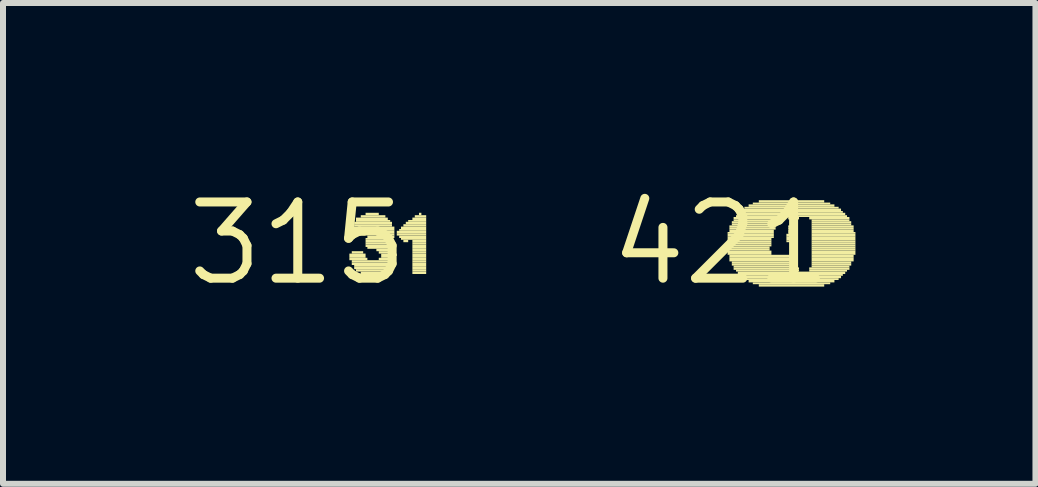
<source format=kicad_pcb>
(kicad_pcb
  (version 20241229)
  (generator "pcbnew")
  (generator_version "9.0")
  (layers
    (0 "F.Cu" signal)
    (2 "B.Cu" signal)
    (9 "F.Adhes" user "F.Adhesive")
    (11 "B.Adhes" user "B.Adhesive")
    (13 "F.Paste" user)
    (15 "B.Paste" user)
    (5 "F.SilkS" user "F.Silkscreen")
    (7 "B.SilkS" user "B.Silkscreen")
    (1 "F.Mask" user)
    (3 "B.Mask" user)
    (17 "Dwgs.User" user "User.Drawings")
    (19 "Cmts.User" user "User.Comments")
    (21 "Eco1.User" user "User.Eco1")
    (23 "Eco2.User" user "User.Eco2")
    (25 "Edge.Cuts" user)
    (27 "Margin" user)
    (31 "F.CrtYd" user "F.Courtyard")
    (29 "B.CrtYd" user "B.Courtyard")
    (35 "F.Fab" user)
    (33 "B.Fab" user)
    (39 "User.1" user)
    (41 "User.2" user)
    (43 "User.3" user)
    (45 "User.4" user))
  (footprint "421"
    (layer "F.Cu")
    (at 8.965 1.006)
    (property "Reference" "421" (at 0 0 0) (layer "F.SilkS") (effects (font (size 1.27 1.27) (thickness 0.15))))
    (fp_poly (pts (xy 0.11 -0.16) (xy 0.88 -0.16) (xy 0.88 -0.19) (xy 0.11 -0.19)) (stroke (width 0) (type solid)) (fill yes) (layer "F.SilkS"))
    (fp_poly (pts (xy 0.11 -0.12) (xy 0.88 -0.12) (xy 0.88 -0.16) (xy 0.11 -0.16)) (stroke (width 0) (type solid)) (fill yes) (layer "F.SilkS"))
    (fp_poly (pts (xy 0.11 -0.09) (xy 0.88 -0.09) (xy 0.88 -0.12) (xy 0.11 -0.12)) (stroke (width 0) (type solid)) (fill yes) (layer "F.SilkS"))
    (fp_poly (pts (xy 0.11 -0.05) (xy 0.84 -0.05) (xy 0.84 -0.09) (xy 0.11 -0.09)) (stroke (width 0) (type solid)) (fill yes) (layer "F.SilkS"))
    (fp_poly (pts (xy 0.11 -0.02) (xy 0.84 -0.02) (xy 0.84 -0.05) (xy 0.11 -0.05)) (stroke (width 0) (type solid)) (fill yes) (layer "F.SilkS"))
    (fp_poly (pts (xy 0.11 0.02) (xy 0.84 0.02) (xy 0.84 -0.02) (xy 0.11 -0.02)) (stroke (width 0) (type solid)) (fill yes) (layer "F.SilkS"))
    (fp_poly (pts (xy 0.11 0.05) (xy 0.84 0.05) (xy 0.84 0.02) (xy 0.11 0.02)) (stroke (width 0) (type solid)) (fill yes) (layer "F.SilkS"))
    (fp_poly (pts (xy 0.11 0.09) (xy 0.81 0.09) (xy 0.81 0.05) (xy 0.11 0.05)) (stroke (width 0) (type solid)) (fill yes) (layer "F.SilkS"))
    (fp_poly (pts (xy 0.11 0.12) (xy 0.81 0.12) (xy 0.81 0.09) (xy 0.11 0.09)) (stroke (width 0) (type solid)) (fill yes) (layer "F.SilkS"))
    (fp_poly (pts (xy 0.11 0.16) (xy 0.84 0.16) (xy 0.84 0.12) (xy 0.11 0.12)) (stroke (width 0) (type solid)) (fill yes) (layer "F.SilkS"))
    (fp_poly (pts (xy 0.11 0.19) (xy 0.84 0.19) (xy 0.84 0.16) (xy 0.11 0.16)) (stroke (width 0) (type solid)) (fill yes) (layer "F.SilkS"))
    (fp_poly (pts (xy 0.14 -0.26) (xy 0.91 -0.26) (xy 0.91 -0.3) (xy 0.14 -0.3)) (stroke (width 0) (type solid)) (fill yes) (layer "F.SilkS"))
    (fp_poly (pts (xy 0.14 -0.23) (xy 0.91 -0.23) (xy 0.91 -0.26) (xy 0.14 -0.26)) (stroke (width 0) (type solid)) (fill yes) (layer "F.SilkS"))
    (fp_poly (pts (xy 0.14 -0.19) (xy 0.88 -0.19) (xy 0.88 -0.23) (xy 0.14 -0.23)) (stroke (width 0) (type solid)) (fill yes) (layer "F.SilkS"))
    (fp_poly (pts (xy 0.14 0.23) (xy 1.26 0.23) (xy 1.26 0.19) (xy 0.14 0.19)) (stroke (width 0) (type solid)) (fill yes) (layer "F.SilkS"))
    (fp_poly (pts (xy 0.14 0.26) (xy 1.26 0.26) (xy 1.26 0.23) (xy 0.14 0.23)) (stroke (width 0) (type solid)) (fill yes) (layer "F.SilkS"))
    (fp_poly (pts (xy 0.14 0.3) (xy 1.26 0.3) (xy 1.26 0.26) (xy 0.14 0.26)) (stroke (width 0) (type solid)) (fill yes) (layer "F.SilkS"))
    (fp_poly (pts (xy 0.18 -0.33) (xy 0.91 -0.33) (xy 0.91 -0.37) (xy 0.18 -0.37)) (stroke (width 0) (type solid)) (fill yes) (layer "F.SilkS"))
    (fp_poly (pts (xy 0.18 -0.3) (xy 0.91 -0.3) (xy 0.91 -0.33) (xy 0.18 -0.33)) (stroke (width 0) (type solid)) (fill yes) (layer "F.SilkS"))
    (fp_poly (pts (xy 0.18 0.33) (xy 1.26 0.33) (xy 1.26 0.3) (xy 0.18 0.3)) (stroke (width 0) (type solid)) (fill yes) (layer "F.SilkS"))
    (fp_poly (pts (xy 0.18 0.37) (xy 1.26 0.37) (xy 1.26 0.33) (xy 0.18 0.33)) (stroke (width 0) (type solid)) (fill yes) (layer "F.SilkS"))
    (fp_poly (pts (xy 0.21 -0.4) (xy 0.95 -0.4) (xy 0.95 -0.44) (xy 0.21 -0.44)) (stroke (width 0) (type solid)) (fill yes) (layer "F.SilkS"))
    (fp_poly (pts (xy 0.21 -0.37) (xy 0.95 -0.37) (xy 0.95 -0.4) (xy 0.21 -0.4)) (stroke (width 0) (type solid)) (fill yes) (layer "F.SilkS"))
    (fp_poly (pts (xy 0.21 0.4) (xy 1.26 0.4) (xy 1.26 0.37) (xy 0.21 0.37)) (stroke (width 0) (type solid)) (fill yes) (layer "F.SilkS"))
    (fp_poly (pts (xy 0.21 0.44) (xy 1.3 0.44) (xy 1.3 0.4) (xy 0.21 0.4)) (stroke (width 0) (type solid)) (fill yes) (layer "F.SilkS"))
    (fp_poly (pts (xy 0.25 -0.44) (xy 2.1 -0.44) (xy 2.1 -0.47) (xy 0.25 -0.47)) (stroke (width 0) (type solid)) (fill yes) (layer "F.SilkS"))
    (fp_poly (pts (xy 0.25 0.47) (xy 1.3 0.47) (xy 1.3 0.44) (xy 0.25 0.44)) (stroke (width 0) (type solid)) (fill yes) (layer "F.SilkS"))
    (fp_poly (pts (xy 0.28 -0.47) (xy 2.07 -0.47) (xy 2.07 -0.51) (xy 0.28 -0.51)) (stroke (width 0) (type solid)) (fill yes) (layer "F.SilkS"))
    (fp_poly (pts (xy 0.28 0.51) (xy 2.07 0.51) (xy 2.07 0.47) (xy 0.28 0.47)) (stroke (width 0) (type solid)) (fill yes) (layer "F.SilkS"))
    (fp_poly (pts (xy 0.32 -0.51) (xy 2.03 -0.51) (xy 2.03 -0.54) (xy 0.32 -0.54)) (stroke (width 0) (type solid)) (fill yes) (layer "F.SilkS"))
    (fp_poly (pts (xy 0.32 0.54) (xy 2.03 0.54) (xy 2.03 0.51) (xy 0.32 0.51)) (stroke (width 0) (type solid)) (fill yes) (layer "F.SilkS"))
    (fp_poly (pts (xy 0.35 -0.54) (xy 2 -0.54) (xy 2 -0.58) (xy 0.35 -0.58)) (stroke (width 0) (type solid)) (fill yes) (layer "F.SilkS"))
    (fp_poly (pts (xy 0.35 0.58) (xy 2 0.58) (xy 2 0.54) (xy 0.35 0.54)) (stroke (width 0) (type solid)) (fill yes) (layer "F.SilkS"))
    (fp_poly (pts (xy 0.39 -0.58) (xy 1.96 -0.58) (xy 1.96 -0.61) (xy 0.39 -0.61)) (stroke (width 0) (type solid)) (fill yes) (layer "F.SilkS"))
    (fp_poly (pts (xy 0.39 0.61) (xy 1.96 0.61) (xy 1.96 0.58) (xy 0.39 0.58)) (stroke (width 0) (type solid)) (fill yes) (layer "F.SilkS"))
    (fp_poly (pts (xy 0.46 -0.61) (xy 1.89 -0.61) (xy 1.89 -0.65) (xy 0.46 -0.65)) (stroke (width 0) (type solid)) (fill yes) (layer "F.SilkS"))
    (fp_poly (pts (xy 0.46 0.65) (xy 1.89 0.65) (xy 1.89 0.61) (xy 0.46 0.61)) (stroke (width 0) (type solid)) (fill yes) (layer "F.SilkS"))
    (fp_poly (pts (xy 0.53 -0.65) (xy 1.82 -0.65) (xy 1.82 -0.68) (xy 0.53 -0.68)) (stroke (width 0) (type solid)) (fill yes) (layer "F.SilkS"))
    (fp_poly (pts (xy 0.53 0.68) (xy 1.82 0.68) (xy 1.82 0.65) (xy 0.53 0.65)) (stroke (width 0) (type solid)) (fill yes) (layer "F.SilkS"))
    (fp_poly (pts (xy 0.63 -0.68) (xy 1.72 -0.68) (xy 1.72 -0.72) (xy 0.63 -0.72)) (stroke (width 0) (type solid)) (fill yes) (layer "F.SilkS"))
    (fp_poly (pts (xy 0.63 0.72) (xy 1.72 0.72) (xy 1.72 0.68) (xy 0.63 0.68)) (stroke (width 0) (type solid)) (fill yes) (layer "F.SilkS"))
    (fp_poly (pts (xy 1.09 -0.12) (xy 1.26 -0.12) (xy 1.26 -0.16) (xy 1.09 -0.16)) (stroke (width 0) (type solid)) (fill yes) (layer "F.SilkS"))
    (fp_poly (pts (xy 1.09 -0.09) (xy 1.26 -0.09) (xy 1.26 -0.12) (xy 1.09 -0.12)) (stroke (width 0) (type solid)) (fill yes) (layer "F.SilkS"))
    (fp_poly (pts (xy 1.09 -0.05) (xy 1.26 -0.05) (xy 1.26 -0.09) (xy 1.09 -0.09)) (stroke (width 0) (type solid)) (fill yes) (layer "F.SilkS"))
    (fp_poly (pts (xy 1.09 -0.02) (xy 1.26 -0.02) (xy 1.26 -0.05) (xy 1.09 -0.05)) (stroke (width 0) (type solid)) (fill yes) (layer "F.SilkS"))
    (fp_poly (pts (xy 1.12 -0.4) (xy 1.3 -0.4) (xy 1.3 -0.44) (xy 1.12 -0.44)) (stroke (width 0) (type solid)) (fill yes) (layer "F.SilkS"))
    (fp_poly (pts (xy 1.12 -0.26) (xy 1.26 -0.26) (xy 1.26 -0.3) (xy 1.12 -0.3)) (stroke (width 0) (type solid)) (fill yes) (layer "F.SilkS"))
    (fp_poly (pts (xy 1.12 -0.23) (xy 1.26 -0.23) (xy 1.26 -0.26) (xy 1.12 -0.26)) (stroke (width 0) (type solid)) (fill yes) (layer "F.SilkS"))
    (fp_poly (pts (xy 1.12 -0.19) (xy 1.26 -0.19) (xy 1.26 -0.23) (xy 1.12 -0.23)) (stroke (width 0) (type solid)) (fill yes) (layer "F.SilkS"))
    (fp_poly (pts (xy 1.12 -0.16) (xy 1.26 -0.16) (xy 1.26 -0.19) (xy 1.12 -0.19)) (stroke (width 0) (type solid)) (fill yes) (layer "F.SilkS"))
    (fp_poly (pts (xy 1.16 -0.37) (xy 1.26 -0.37) (xy 1.26 -0.4) (xy 1.16 -0.4)) (stroke (width 0) (type solid)) (fill yes) (layer "F.SilkS"))
    (fp_poly (pts (xy 1.16 -0.33) (xy 1.26 -0.33) (xy 1.26 -0.37) (xy 1.16 -0.37)) (stroke (width 0) (type solid)) (fill yes) (layer "F.SilkS"))
    (fp_poly (pts (xy 1.16 -0.3) (xy 1.26 -0.3) (xy 1.26 -0.33) (xy 1.16 -0.33)) (stroke (width 0) (type solid)) (fill yes) (layer "F.SilkS"))
    (fp_poly (pts (xy 1.47 -0.4) (xy 2.14 -0.4) (xy 2.14 -0.44) (xy 1.47 -0.44)) (stroke (width 0) (type solid)) (fill yes) (layer "F.SilkS"))
    (fp_poly (pts (xy 1.47 0.44) (xy 2.14 0.44) (xy 2.14 0.4) (xy 1.47 0.4)) (stroke (width 0) (type solid)) (fill yes) (layer "F.SilkS"))
    (fp_poly (pts (xy 1.47 0.47) (xy 2.1 0.47) (xy 2.1 0.44) (xy 1.47 0.44)) (stroke (width 0) (type solid)) (fill yes) (layer "F.SilkS"))
    (fp_poly (pts (xy 1.51 -0.37) (xy 2.14 -0.37) (xy 2.14 -0.4) (xy 1.51 -0.4)) (stroke (width 0) (type solid)) (fill yes) (layer "F.SilkS"))
    (fp_poly (pts (xy 1.51 -0.33) (xy 2.17 -0.33) (xy 2.17 -0.37) (xy 1.51 -0.37)) (stroke (width 0) (type solid)) (fill yes) (layer "F.SilkS"))
    (fp_poly (pts (xy 1.51 -0.3) (xy 2.17 -0.3) (xy 2.17 -0.33) (xy 1.51 -0.33)) (stroke (width 0) (type solid)) (fill yes) (layer "F.SilkS"))
    (fp_poly (pts (xy 1.51 -0.26) (xy 2.21 -0.26) (xy 2.21 -0.3) (xy 1.51 -0.3)) (stroke (width 0) (type solid)) (fill yes) (layer "F.SilkS"))
    (fp_poly (pts (xy 1.51 -0.23) (xy 2.21 -0.23) (xy 2.21 -0.26) (xy 1.51 -0.26)) (stroke (width 0) (type solid)) (fill yes) (layer "F.SilkS"))
    (fp_poly (pts (xy 1.51 -0.19) (xy 2.21 -0.19) (xy 2.21 -0.23) (xy 1.51 -0.23)) (stroke (width 0) (type solid)) (fill yes) (layer "F.SilkS"))
    (fp_poly (pts (xy 1.51 -0.16) (xy 2.24 -0.16) (xy 2.24 -0.19) (xy 1.51 -0.19)) (stroke (width 0) (type solid)) (fill yes) (layer "F.SilkS"))
    (fp_poly (pts (xy 1.51 -0.12) (xy 2.24 -0.12) (xy 2.24 -0.16) (xy 1.51 -0.16)) (stroke (width 0) (type solid)) (fill yes) (layer "F.SilkS"))
    (fp_poly (pts (xy 1.51 -0.09) (xy 2.24 -0.09) (xy 2.24 -0.12) (xy 1.51 -0.12)) (stroke (width 0) (type solid)) (fill yes) (layer "F.SilkS"))
    (fp_poly (pts (xy 1.51 -0.05) (xy 2.24 -0.05) (xy 2.24 -0.09) (xy 1.51 -0.09)) (stroke (width 0) (type solid)) (fill yes) (layer "F.SilkS"))
    (fp_poly (pts (xy 1.51 -0.02) (xy 2.24 -0.02) (xy 2.24 -0.05) (xy 1.51 -0.05)) (stroke (width 0) (type solid)) (fill yes) (layer "F.SilkS"))
    (fp_poly (pts (xy 1.51 0.02) (xy 2.24 0.02) (xy 2.24 -0.02) (xy 1.51 -0.02)) (stroke (width 0) (type solid)) (fill yes) (layer "F.SilkS"))
    (fp_poly (pts (xy 1.51 0.05) (xy 2.24 0.05) (xy 2.24 0.02) (xy 1.51 0.02)) (stroke (width 0) (type solid)) (fill yes) (layer "F.SilkS"))
    (fp_poly (pts (xy 1.51 0.09) (xy 2.24 0.09) (xy 2.24 0.05) (xy 1.51 0.05)) (stroke (width 0) (type solid)) (fill yes) (layer "F.SilkS"))
    (fp_poly (pts (xy 1.51 0.12) (xy 2.24 0.12) (xy 2.24 0.09) (xy 1.51 0.09)) (stroke (width 0) (type solid)) (fill yes) (layer "F.SilkS"))
    (fp_poly (pts (xy 1.51 0.16) (xy 2.24 0.16) (xy 2.24 0.12) (xy 1.51 0.12)) (stroke (width 0) (type solid)) (fill yes) (layer "F.SilkS"))
    (fp_poly (pts (xy 1.51 0.19) (xy 2.24 0.19) (xy 2.24 0.16) (xy 1.51 0.16)) (stroke (width 0) (type solid)) (fill yes) (layer "F.SilkS"))
    (fp_poly (pts (xy 1.51 0.23) (xy 2.21 0.23) (xy 2.21 0.19) (xy 1.51 0.19)) (stroke (width 0) (type solid)) (fill yes) (layer "F.SilkS"))
    (fp_poly (pts (xy 1.51 0.26) (xy 2.21 0.26) (xy 2.21 0.23) (xy 1.51 0.23)) (stroke (width 0) (type solid)) (fill yes) (layer "F.SilkS"))
    (fp_poly (pts (xy 1.51 0.3) (xy 2.21 0.3) (xy 2.21 0.26) (xy 1.51 0.26)) (stroke (width 0) (type solid)) (fill yes) (layer "F.SilkS"))
    (fp_poly (pts (xy 1.51 0.33) (xy 2.17 0.33) (xy 2.17 0.3) (xy 1.51 0.3)) (stroke (width 0) (type solid)) (fill yes) (layer "F.SilkS"))
    (fp_poly (pts (xy 1.51 0.37) (xy 2.17 0.37) (xy 2.17 0.33) (xy 1.51 0.33)) (stroke (width 0) (type solid)) (fill yes) (layer "F.SilkS"))
    (fp_poly (pts (xy 1.51 0.4) (xy 2.14 0.4) (xy 2.14 0.37) (xy 1.51 0.37)) (stroke (width 0) (type solid)) (fill yes) (layer "F.SilkS")))
  (footprint "315"
    (layer "F.Cu")
    (at 1.912 1.006)
    (property "Reference" "315" (at 0 0 0) (layer "F.SilkS") (effects (font (size 1.27 1.27) (thickness 0.15))))
    (fp_poly (pts (xy 0.86 0.21) (xy 1.13 0.21) (xy 1.13 0.17) (xy 0.86 0.17)) (stroke (width 0) (type solid)) (fill yes) (layer "F.SilkS"))
    (fp_poly (pts (xy 0.86 0.24) (xy 1.13 0.24) (xy 1.13 0.21) (xy 0.86 0.21)) (stroke (width 0) (type solid)) (fill yes) (layer "F.SilkS"))
    (fp_poly (pts (xy 0.86 0.28) (xy 1.16 0.28) (xy 1.16 0.24) (xy 0.86 0.24)) (stroke (width 0) (type solid)) (fill yes) (layer "F.SilkS"))
    (fp_poly (pts (xy 0.9 -0.24) (xy 1.61 -0.24) (xy 1.61 -0.28) (xy 0.9 -0.28)) (stroke (width 0) (type solid)) (fill yes) (layer "F.SilkS"))
    (fp_poly (pts (xy 0.9 -0.21) (xy 1.16 -0.21) (xy 1.16 -0.24) (xy 0.9 -0.24)) (stroke (width 0) (type solid)) (fill yes) (layer "F.SilkS"))
    (fp_poly (pts (xy 0.9 0.17) (xy 1.09 0.17) (xy 1.09 0.13) (xy 0.9 0.13)) (stroke (width 0) (type solid)) (fill yes) (layer "F.SilkS"))
    (fp_poly (pts (xy 0.9 0.32) (xy 1.61 0.32) (xy 1.61 0.28) (xy 0.9 0.28)) (stroke (width 0) (type solid)) (fill yes) (layer "F.SilkS"))
    (fp_poly (pts (xy 0.9 0.36) (xy 1.61 0.36) (xy 1.61 0.32) (xy 0.9 0.32)) (stroke (width 0) (type solid)) (fill yes) (layer "F.SilkS"))
    (fp_poly (pts (xy 0.94 -0.32) (xy 1.57 -0.32) (xy 1.57 -0.36) (xy 0.94 -0.36)) (stroke (width 0) (type solid)) (fill yes) (layer "F.SilkS"))
    (fp_poly (pts (xy 0.94 -0.28) (xy 1.57 -0.28) (xy 1.57 -0.32) (xy 0.94 -0.32)) (stroke (width 0) (type solid)) (fill yes) (layer "F.SilkS"))
    (fp_poly (pts (xy 0.94 -0.17) (xy 1.13 -0.17) (xy 1.13 -0.21) (xy 0.94 -0.21)) (stroke (width 0) (type solid)) (fill yes) (layer "F.SilkS"))
    (fp_poly (pts (xy 0.94 0.39) (xy 1.57 0.39) (xy 1.57 0.36) (xy 0.94 0.36)) (stroke (width 0) (type solid)) (fill yes) (layer "F.SilkS"))
    (fp_poly (pts (xy 0.94 0.43) (xy 1.54 0.43) (xy 1.54 0.39) (xy 0.94 0.39)) (stroke (width 0) (type solid)) (fill yes) (layer "F.SilkS"))
    (fp_poly (pts (xy 0.97 -0.39) (xy 1.5 -0.39) (xy 1.5 -0.43) (xy 0.97 -0.43)) (stroke (width 0) (type solid)) (fill yes) (layer "F.SilkS"))
    (fp_poly (pts (xy 0.97 -0.36) (xy 1.54 -0.36) (xy 1.54 -0.39) (xy 0.97 -0.39)) (stroke (width 0) (type solid)) (fill yes) (layer "F.SilkS"))
    (fp_poly (pts (xy 0.97 -0.13) (xy 1.13 -0.13) (xy 1.13 -0.17) (xy 0.97 -0.17)) (stroke (width 0) (type solid)) (fill yes) (layer "F.SilkS"))
    (fp_poly (pts (xy 0.97 0.47) (xy 1.5 0.47) (xy 1.5 0.43) (xy 0.97 0.43)) (stroke (width 0) (type solid)) (fill yes) (layer "F.SilkS"))
    (fp_poly (pts (xy 1.05 -0.43) (xy 1.46 -0.43) (xy 1.46 -0.47) (xy 1.05 -0.47)) (stroke (width 0) (type solid)) (fill yes) (layer "F.SilkS"))
    (fp_poly (pts (xy 1.05 0.51) (xy 1.43 0.51) (xy 1.43 0.47) (xy 1.05 0.47)) (stroke (width 0) (type solid)) (fill yes) (layer "F.SilkS"))
    (fp_poly (pts (xy 1.13 -0.47) (xy 1.35 -0.47) (xy 1.35 -0.51) (xy 1.13 -0.51)) (stroke (width 0) (type solid)) (fill yes) (layer "F.SilkS"))
    (fp_poly (pts (xy 1.13 -0.06) (xy 1.57 -0.06) (xy 1.57 -0.09) (xy 1.13 -0.09)) (stroke (width 0) (type solid)) (fill yes) (layer "F.SilkS"))
    (fp_poly (pts (xy 1.13 -0.02) (xy 1.54 -0.02) (xy 1.54 -0.06) (xy 1.13 -0.06)) (stroke (width 0) (type solid)) (fill yes) (layer "F.SilkS"))
    (fp_poly (pts (xy 1.13 0.02) (xy 1.54 0.02) (xy 1.54 -0.02) (xy 1.13 -0.02)) (stroke (width 0) (type solid)) (fill yes) (layer "F.SilkS"))
    (fp_poly (pts (xy 1.13 0.06) (xy 1.57 0.06) (xy 1.57 0.02) (xy 1.13 0.02)) (stroke (width 0) (type solid)) (fill yes) (layer "F.SilkS"))
    (fp_poly (pts (xy 1.16 -0.09) (xy 1.61 -0.09) (xy 1.61 -0.13) (xy 1.16 -0.13)) (stroke (width 0) (type solid)) (fill yes) (layer "F.SilkS"))
    (fp_poly (pts (xy 1.16 0.09) (xy 1.61 0.09) (xy 1.61 0.06) (xy 1.16 0.06)) (stroke (width 0) (type solid)) (fill yes) (layer "F.SilkS"))
    (fp_poly (pts (xy 1.16 0.54) (xy 1.31 0.54) (xy 1.31 0.51) (xy 1.16 0.51)) (stroke (width 0) (type solid)) (fill yes) (layer "F.SilkS"))
    (fp_poly (pts (xy 1.31 -0.13) (xy 1.61 -0.13) (xy 1.61 -0.17) (xy 1.31 -0.17)) (stroke (width 0) (type solid)) (fill yes) (layer "F.SilkS"))
    (fp_poly (pts (xy 1.31 0.13) (xy 1.61 0.13) (xy 1.61 0.09) (xy 1.31 0.09)) (stroke (width 0) (type solid)) (fill yes) (layer "F.SilkS"))
    (fp_poly (pts (xy 1.35 -0.21) (xy 1.61 -0.21) (xy 1.61 -0.24) (xy 1.35 -0.24)) (stroke (width 0) (type solid)) (fill yes) (layer "F.SilkS"))
    (fp_poly (pts (xy 1.35 -0.17) (xy 1.61 -0.17) (xy 1.61 -0.21) (xy 1.35 -0.21)) (stroke (width 0) (type solid)) (fill yes) (layer "F.SilkS"))
    (fp_poly (pts (xy 1.35 0.17) (xy 1.61 0.17) (xy 1.61 0.13) (xy 1.35 0.13)) (stroke (width 0) (type solid)) (fill yes) (layer "F.SilkS"))
    (fp_poly (pts (xy 1.35 0.28) (xy 1.61 0.28) (xy 1.61 0.24) (xy 1.35 0.24)) (stroke (width 0) (type solid)) (fill yes) (layer "F.SilkS"))
    (fp_poly (pts (xy 1.39 0.21) (xy 1.65 0.21) (xy 1.65 0.17) (xy 1.39 0.17)) (stroke (width 0) (type solid)) (fill yes) (layer "F.SilkS"))
    (fp_poly (pts (xy 1.39 0.24) (xy 1.61 0.24) (xy 1.61 0.21) (xy 1.39 0.21)) (stroke (width 0) (type solid)) (fill yes) (layer "F.SilkS"))
    (fp_poly (pts (xy 1.65 -0.17) (xy 2.14 -0.17) (xy 2.14 -0.21) (xy 1.65 -0.21)) (stroke (width 0) (type solid)) (fill yes) (layer "F.SilkS"))
    (fp_poly (pts (xy 1.65 -0.13) (xy 2.14 -0.13) (xy 2.14 -0.17) (xy 1.65 -0.17)) (stroke (width 0) (type solid)) (fill yes) (layer "F.SilkS"))
    (fp_poly (pts (xy 1.69 -0.21) (xy 2.14 -0.21) (xy 2.14 -0.24) (xy 1.69 -0.24)) (stroke (width 0) (type solid)) (fill yes) (layer "F.SilkS"))
    (fp_poly (pts (xy 1.69 -0.09) (xy 2.14 -0.09) (xy 2.14 -0.13) (xy 1.69 -0.13)) (stroke (width 0) (type solid)) (fill yes) (layer "F.SilkS"))
    (fp_poly (pts (xy 1.72 -0.24) (xy 2.14 -0.24) (xy 2.14 -0.28) (xy 1.72 -0.28)) (stroke (width 0) (type solid)) (fill yes) (layer "F.SilkS"))
    (fp_poly (pts (xy 1.72 -0.06) (xy 2.14 -0.06) (xy 2.14 -0.09) (xy 1.72 -0.09)) (stroke (width 0) (type solid)) (fill yes) (layer "F.SilkS"))
    (fp_poly (pts (xy 1.76 -0.28) (xy 2.14 -0.28) (xy 2.14 -0.32) (xy 1.76 -0.32)) (stroke (width 0) (type solid)) (fill yes) (layer "F.SilkS"))
    (fp_poly (pts (xy 1.76 -0.02) (xy 1.84 -0.02) (xy 1.84 -0.06) (xy 1.76 -0.06)) (stroke (width 0) (type solid)) (fill yes) (layer "F.SilkS"))
    (fp_poly (pts (xy 1.8 -0.32) (xy 2.14 -0.32) (xy 2.14 -0.36) (xy 1.8 -0.36)) (stroke (width 0) (type solid)) (fill yes) (layer "F.SilkS"))
    (fp_poly (pts (xy 1.84 -0.36) (xy 2.14 -0.36) (xy 2.14 -0.39) (xy 1.84 -0.39)) (stroke (width 0) (type solid)) (fill yes) (layer "F.SilkS"))
    (fp_poly (pts (xy 1.91 -0.39) (xy 2.14 -0.39) (xy 2.14 -0.43) (xy 1.91 -0.43)) (stroke (width 0) (type solid)) (fill yes) (layer "F.SilkS"))
    (fp_poly (pts (xy 1.91 -0.02) (xy 2.14 -0.02) (xy 2.14 -0.06) (xy 1.91 -0.06)) (stroke (width 0) (type solid)) (fill yes) (layer "F.SilkS"))
    (fp_poly (pts (xy 1.91 0.02) (xy 2.14 0.02) (xy 2.14 -0.02) (xy 1.91 -0.02)) (stroke (width 0) (type solid)) (fill yes) (layer "F.SilkS"))
    (fp_poly (pts (xy 1.91 0.06) (xy 2.14 0.06) (xy 2.14 0.02) (xy 1.91 0.02)) (stroke (width 0) (type solid)) (fill yes) (layer "F.SilkS"))
    (fp_poly (pts (xy 1.91 0.09) (xy 2.14 0.09) (xy 2.14 0.06) (xy 1.91 0.06)) (stroke (width 0) (type solid)) (fill yes) (layer "F.SilkS"))
    (fp_poly (pts (xy 1.91 0.13) (xy 2.14 0.13) (xy 2.14 0.09) (xy 1.91 0.09)) (stroke (width 0) (type solid)) (fill yes) (layer "F.SilkS"))
    (fp_poly (pts (xy 1.91 0.17) (xy 2.14 0.17) (xy 2.14 0.13) (xy 1.91 0.13)) (stroke (width 0) (type solid)) (fill yes) (layer "F.SilkS"))
    (fp_poly (pts (xy 1.91 0.21) (xy 2.14 0.21) (xy 2.14 0.17) (xy 1.91 0.17)) (stroke (width 0) (type solid)) (fill yes) (layer "F.SilkS"))
    (fp_poly (pts (xy 1.91 0.24) (xy 2.14 0.24) (xy 2.14 0.21) (xy 1.91 0.21)) (stroke (width 0) (type solid)) (fill yes) (layer "F.SilkS"))
    (fp_poly (pts (xy 1.91 0.28) (xy 2.14 0.28) (xy 2.14 0.24) (xy 1.91 0.24)) (stroke (width 0) (type solid)) (fill yes) (layer "F.SilkS"))
    (fp_poly (pts (xy 1.91 0.32) (xy 2.14 0.32) (xy 2.14 0.28) (xy 1.91 0.28)) (stroke (width 0) (type solid)) (fill yes) (layer "F.SilkS"))
    (fp_poly (pts (xy 1.91 0.36) (xy 2.14 0.36) (xy 2.14 0.32) (xy 1.91 0.32)) (stroke (width 0) (type solid)) (fill yes) (layer "F.SilkS"))
    (fp_poly (pts (xy 1.91 0.39) (xy 2.14 0.39) (xy 2.14 0.36) (xy 1.91 0.36)) (stroke (width 0) (type solid)) (fill yes) (layer "F.SilkS"))
    (fp_poly (pts (xy 1.91 0.43) (xy 2.14 0.43) (xy 2.14 0.39) (xy 1.91 0.39)) (stroke (width 0) (type solid)) (fill yes) (layer "F.SilkS"))
    (fp_poly (pts (xy 1.91 0.47) (xy 2.14 0.47) (xy 2.14 0.43) (xy 1.91 0.43)) (stroke (width 0) (type solid)) (fill yes) (layer "F.SilkS"))
    (fp_poly (pts (xy 1.91 0.51) (xy 2.14 0.51) (xy 2.14 0.47) (xy 1.91 0.47)) (stroke (width 0) (type solid)) (fill yes) (layer "F.SilkS"))
    (fp_poly (pts (xy 1.95 -0.43) (xy 2.14 -0.43) (xy 2.14 -0.47) (xy 1.95 -0.47)) (stroke (width 0) (type solid)) (fill yes) (layer "F.SilkS"))
    (fp_poly (pts (xy 2.02 -0.47) (xy 2.06 -0.47) (xy 2.06 -0.51) (xy 2.02 -0.51)) (stroke (width 0) (type solid)) (fill yes) (layer "F.SilkS")))
  (gr_rect
    (start -3 -3)
    (end 14.205 5.012)
    (stroke (width 0.1) (type default))
    (fill no)
    (layer "Edge.Cuts")))
</source>
